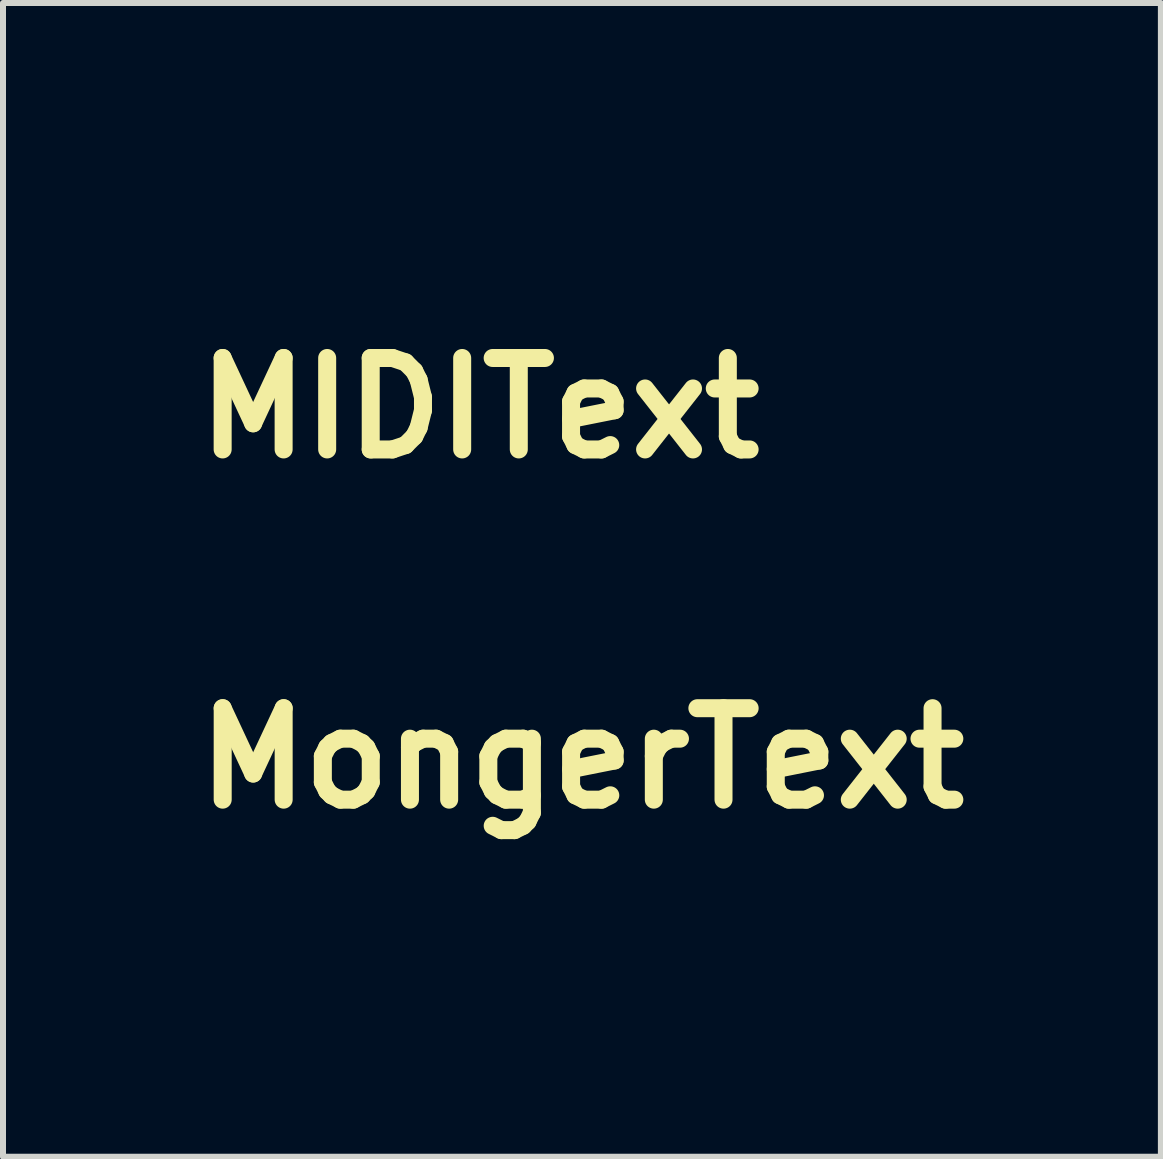
<source format=kicad_pcb>
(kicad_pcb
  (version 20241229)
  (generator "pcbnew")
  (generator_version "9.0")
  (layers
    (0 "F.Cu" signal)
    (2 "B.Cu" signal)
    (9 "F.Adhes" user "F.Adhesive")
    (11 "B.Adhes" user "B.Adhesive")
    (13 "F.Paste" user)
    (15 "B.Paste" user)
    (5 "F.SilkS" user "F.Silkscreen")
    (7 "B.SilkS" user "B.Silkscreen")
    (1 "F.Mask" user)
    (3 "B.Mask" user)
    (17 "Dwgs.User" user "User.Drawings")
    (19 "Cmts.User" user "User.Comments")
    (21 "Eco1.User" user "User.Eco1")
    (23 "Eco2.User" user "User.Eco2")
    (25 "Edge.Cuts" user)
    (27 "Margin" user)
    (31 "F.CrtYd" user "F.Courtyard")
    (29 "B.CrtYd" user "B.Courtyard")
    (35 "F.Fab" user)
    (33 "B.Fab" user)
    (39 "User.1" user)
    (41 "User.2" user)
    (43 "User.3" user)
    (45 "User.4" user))
  (footprint "MIDIText"
    (layer "F.Cu")
    (at 2.542 0.25)
    (property "Reference" "MIDIText" (at 2.4 3.5 0) (layer "F.SilkS") (effects (font (size 1.524 1.524) (thickness 0.3))))
    (attr through_hole)
    (fp_poly (pts (xy 2.259 0.037) (xy 2.414 0.042) (xy 2.501 0.054) (xy 2.538 0.078) (xy 2.542 0.118) (xy 2.535 0.151) (xy 2.524 0.235) (xy 2.512 0.404) (xy 2.499 0.639) (xy 2.486 0.923) (xy 2.473 1.24) (xy 2.471 1.294) (xy 2.435 2.322) (xy 1.597 2.322) (xy 1.563 1.319) (xy 1.551 1.001) (xy 1.538 0.71) (xy 1.525 0.464) (xy 1.513 0.281) (xy 1.503 0.18) (xy 1.503 0.176) (xy 1.476 0.036) (xy 2.019 0.036) (xy 2.259 0.037)) (stroke (width 0.01) (type solid)) (fill yes) (layer "F.Mask"))
    (fp_poly (pts (xy 5.561 0.037) (xy 5.716 0.042) (xy 5.803 0.054) (xy 5.84 0.078) (xy 5.843 0.118) (xy 5.837 0.151) (xy 5.826 0.235) (xy 5.814 0.404) (xy 5.801 0.639) (xy 5.788 0.923) (xy 5.775 1.24) (xy 5.773 1.294) (xy 5.737 2.322) (xy 4.899 2.322) (xy 4.865 1.319) (xy 4.853 1.001) (xy 4.84 0.71) (xy 4.827 0.464) (xy 4.815 0.281) (xy 4.805 0.18) (xy 4.805 0.176) (xy 4.778 0.036) (xy 5.321 0.036) (xy 5.561 0.037)) (stroke (width 0.01) (type solid)) (fill yes) (layer "F.Mask"))
    (fp_poly (pts (xy 1.347 0.036) (xy 1.314 0.684) (xy 1.301 0.992) (xy 1.29 1.322) (xy 1.283 1.63) (xy 1.281 1.827) (xy 1.281 2.322) (xy 0.727 2.322) (xy 0.697 1.648) (xy 0.447 2.011) (xy 0.334 2.173) (xy 0.247 2.298) (xy 0.198 2.366) (xy 0.192 2.373) (xy 0.161 2.336) (xy 0.083 2.235) (xy -0.028 2.089) (xy -0.092 2.005) (xy -0.37 1.637) (xy -0.385 1.98) (xy -0.4 2.322) (xy -0.897 2.322) (xy -0.924 2.107) (xy -0.934 1.983) (xy -0.947 1.78) (xy -0.96 1.521) (xy -0.973 1.228) (xy -0.98 1.037) (xy -0.992 0.749) (xy -1.005 0.493) (xy -1.018 0.289) (xy -1.031 0.154) (xy -1.038 0.11) (xy -1.036 0.074) (xy -0.985 0.051) (xy -0.867 0.04) (xy -0.667 0.036) (xy -0.633 0.036) (xy -0.2 0.036) (xy -0.072 0.316) (xy 0.011 0.487) (xy 0.09 0.635) (xy 0.132 0.704) (xy 0.171 0.752) (xy 0.206 0.758) (xy 0.25 0.709) (xy 0.315 0.593) (xy 0.4 0.424) (xy 0.592 0.036) (xy 0.97 0.036) (xy 1.347 0.036)) (stroke (width 0.01) (type solid)) (fill yes) (layer "F.Mask"))
    (fp_poly (pts (xy 3.732 0.06) (xy 4.061 0.184) (xy 4.324 0.368) (xy 4.496 0.584) (xy 4.572 0.78) (xy 4.615 1.032) (xy 4.622 1.299) (xy 4.589 1.538) (xy 4.586 1.548) (xy 4.471 1.802) (xy 4.282 2.031) (xy 4.047 2.202) (xy 3.991 2.23) (xy 3.815 2.283) (xy 3.575 2.324) (xy 3.308 2.349) (xy 3.053 2.354) (xy 2.876 2.34) (xy 2.719 2.317) (xy 2.695 1.671) (xy 3.572 1.671) (xy 3.573 1.808) (xy 3.585 1.879) (xy 3.614 1.902) (xy 3.662 1.895) (xy 3.679 1.889) (xy 3.81 1.825) (xy 3.89 1.764) (xy 3.955 1.657) (xy 4.002 1.501) (xy 4.009 1.451) (xy 3.998 1.238) (xy 3.914 1.084) (xy 3.765 1) (xy 3.719 0.992) (xy 3.66 0.988) (xy 3.622 1.006) (xy 3.6 1.065) (xy 3.588 1.183) (xy 3.58 1.38) (xy 3.578 1.45) (xy 3.572 1.671) (xy 2.695 1.671) (xy 2.685 1.405) (xy 2.672 1.093) (xy 2.657 0.801) (xy 2.643 0.55) (xy 2.629 0.361) (xy 2.62 0.271) (xy 2.59 0.05) (xy 2.928 0.013) (xy 3.351 0.002) (xy 3.732 0.06)) (stroke (width 0.01) (type solid)) (fill yes) (layer "F.Mask")))
  (footprint "MongerText"
    (layer "F.Cu")
    (at 6.848 11.786)
    (property "Reference" "MongerText" (at -0.2 -2.2 0) (layer "F.SilkS") (effects (font (size 1.524 1.524) (thickness 0.3))))
    (attr through_hole)
    (fp_poly (pts (xy 0.14 -0.965) (xy 0.408 -0.965) (xy 0.375 -0.241) (xy 0.36 0.065) (xy 0.343 0.376) (xy 0.327 0.659) (xy 0.312 0.879) (xy 0.311 0.896) (xy 0.279 1.31) (xy -0.218 0.934) (xy -0.413 0.79) (xy -0.58 0.671) (xy -0.703 0.59) (xy -0.763 0.559) (xy -0.764 0.559) (xy -0.787 0.605) (xy -0.805 0.729) (xy -0.813 0.905) (xy -0.813 0.94) (xy -0.813 1.321) (xy -1.259 1.321) (xy -1.289 0.927) (xy -1.304 0.716) (xy -1.32 0.441) (xy -1.336 0.139) (xy -1.349 -0.127) (xy -1.362 -0.383) (xy -1.377 -0.607) (xy -1.391 -0.777) (xy -1.403 -0.871) (xy -1.404 -0.876) (xy -1.406 -0.923) (xy -1.367 -0.949) (xy -1.267 -0.962) (xy -1.087 -0.965) (xy -1.064 -0.965) (xy -0.7 -0.965) (xy -0.395 -0.701) (xy -0.09 -0.438) (xy -0.127 -0.965) (xy 0.14 -0.965)) (stroke (width 0.01) (type solid)) (fill yes) (layer "F.Mask"))
    (fp_poly (pts (xy 2.304 -0.653) (xy 2.329 -0.399) (xy 2.339 -0.228) (xy 2.328 -0.125) (xy 2.291 -0.073) (xy 2.224 -0.053) (xy 2.131 -0.051) (xy 1.885 -0.014) (xy 1.686 0.087) (xy 1.545 0.237) (xy 1.474 0.419) (xy 1.487 0.617) (xy 1.528 0.719) (xy 1.606 0.799) (xy 1.737 0.883) (xy 1.875 0.947) (xy 1.961 0.965) (xy 1.973 0.919) (xy 1.972 0.8) (xy 1.96 0.66) (xy 1.925 0.356) (xy 2.539 0.356) (xy 2.507 0.826) (xy 2.491 1.033) (xy 2.475 1.199) (xy 2.461 1.299) (xy 2.456 1.317) (xy 2.394 1.333) (xy 2.258 1.345) (xy 2.075 1.351) (xy 1.874 1.353) (xy 1.681 1.349) (xy 1.525 1.339) (xy 1.444 1.327) (xy 1.121 1.197) (xy 0.864 0.996) (xy 0.683 0.733) (xy 0.585 0.416) (xy 0.575 0.345) (xy 0.58 -0.016) (xy 0.673 -0.33) (xy 0.848 -0.591) (xy 1.105 -0.793) (xy 1.165 -0.826) (xy 1.328 -0.9) (xy 1.479 -0.942) (xy 1.658 -0.961) (xy 1.856 -0.965) (xy 2.272 -0.965) (xy 2.304 -0.653)) (stroke (width 0.01) (type solid)) (fill yes) (layer "F.Mask"))
    (fp_poly (pts (xy -3.642 -0.965) (xy -3.675 -0.318) (xy -3.688 -0.009) (xy -3.699 0.321) (xy -3.706 0.629) (xy -3.708 0.826) (xy -3.708 1.321) (xy -4.263 1.321) (xy -4.293 0.647) (xy -4.542 1.009) (xy -4.655 1.172) (xy -4.742 1.296) (xy -4.792 1.365) (xy -4.798 1.372) (xy -4.828 1.334) (xy -4.906 1.233) (xy -5.018 1.087) (xy -5.081 1.003) (xy -5.359 0.635) (xy -5.374 0.978) (xy -5.389 1.321) (xy -5.887 1.321) (xy -5.913 1.105) (xy -5.924 0.981) (xy -5.936 0.778) (xy -5.949 0.519) (xy -5.962 0.226) (xy -5.969 0.036) (xy -5.981 -0.252) (xy -5.994 -0.508) (xy -6.007 -0.713) (xy -6.02 -0.848) (xy -6.028 -0.891) (xy -6.026 -0.928) (xy -5.974 -0.95) (xy -5.856 -0.962) (xy -5.656 -0.965) (xy -5.623 -0.965) (xy -5.189 -0.965) (xy -5.061 -0.686) (xy -4.978 -0.514) (xy -4.9 -0.367) (xy -4.857 -0.298) (xy -4.818 -0.25) (xy -4.783 -0.244) (xy -4.739 -0.293) (xy -4.674 -0.408) (xy -4.589 -0.577) (xy -4.397 -0.965) (xy -4.02 -0.965) (xy -3.642 -0.965)) (stroke (width 0.01) (type solid)) (fill yes) (layer "F.Mask"))
    (fp_poly (pts (xy -2.115 -0.973) (xy -1.867 -0.818) (xy -1.674 -0.588) (xy -1.619 -0.485) (xy -1.553 -0.257) (xy -1.524 0.027) (xy -1.531 0.325) (xy -1.576 0.601) (xy -1.63 0.762) (xy -1.791 1.043) (xy -1.984 1.233) (xy -2.221 1.34) (xy -2.499 1.371) (xy -2.768 1.34) (xy -2.946 1.263) (xy -3.084 1.17) (xy -3.188 1.068) (xy -3.285 0.927) (xy -3.365 0.787) (xy -3.422 0.662) (xy -3.457 0.524) (xy -3.474 0.342) (xy -3.474 0.324) (xy -2.761 0.324) (xy -2.752 0.503) (xy -2.704 0.67) (xy -2.624 0.799) (xy -2.515 0.861) (xy -2.489 0.864) (xy -2.392 0.824) (xy -2.304 0.733) (xy -2.235 0.563) (xy -2.216 0.368) (xy -2.245 0.186) (xy -2.322 0.053) (xy -2.334 0.043) (xy -2.43 -0.025) (xy -2.489 -0.051) (xy -2.554 -0.022) (xy -2.644 0.043) (xy -2.727 0.162) (xy -2.761 0.324) (xy -3.474 0.324) (xy -3.478 0.127) (xy -3.476 -0.103) (xy -3.462 -0.265) (xy -3.43 -0.388) (xy -3.375 -0.507) (xy -3.342 -0.564) (xy -3.192 -0.774) (xy -3.019 -0.912) (xy -2.787 -1.002) (xy -2.706 -1.022) (xy -2.4 -1.044) (xy -2.115 -0.973)) (stroke (width 0.01) (type solid)) (fill yes) (layer "F.Mask"))
    (fp_poly (pts (xy 4.127 -0.597) (xy 4.115 -0.349) (xy 4.099 -0.186) (xy 4.07 -0.091) (xy 4.018 -0.046) (xy 3.934 -0.036) (xy 3.812 -0.043) (xy 3.661 -0.05) (xy 3.585 -0.037) (xy 3.559 0.009) (xy 3.556 0.071) (xy 3.563 0.149) (xy 3.603 0.188) (xy 3.699 0.202) (xy 3.816 0.203) (xy 4.077 0.203) (xy 4.045 0.362) (xy 4.023 0.487) (xy 4.013 0.565) (xy 4.013 0.565) (xy 3.968 0.592) (xy 3.853 0.608) (xy 3.785 0.61) (xy 3.644 0.614) (xy 3.578 0.639) (xy 3.557 0.705) (xy 3.556 0.767) (xy 3.556 0.924) (xy 3.835 0.906) (xy 4.115 0.889) (xy 4.083 1.067) (xy 4.056 1.196) (xy 4.031 1.278) (xy 4.029 1.283) (xy 3.973 1.297) (xy 3.835 1.309) (xy 3.635 1.317) (xy 3.393 1.321) (xy 3.357 1.321) (xy 2.706 1.321) (xy 2.669 0.246) (xy 2.657 -0.078) (xy 2.644 -0.369) (xy 2.631 -0.611) (xy 2.619 -0.789) (xy 2.609 -0.886) (xy 2.606 -0.897) (xy 2.614 -0.924) (xy 2.669 -0.943) (xy 2.784 -0.955) (xy 2.972 -0.962) (xy 3.244 -0.965) (xy 3.362 -0.965) (xy 4.144 -0.965) (xy 4.127 -0.597)) (stroke (width 0.01) (type solid)) (fill yes) (layer "F.Mask"))
    (fp_poly (pts (xy 5.241 -0.982) (xy 5.441 -0.972) (xy 5.59 -0.95) (xy 5.713 -0.914) (xy 5.791 -0.881) (xy 6.024 -0.751) (xy 6.174 -0.602) (xy 6.257 -0.411) (xy 6.29 -0.175) (xy 6.297 0.018) (xy 6.281 0.152) (xy 6.233 0.267) (xy 6.177 0.357) (xy 6.092 0.476) (xy 6.026 0.549) (xy 6.006 0.56) (xy 5.935 0.585) (xy 5.897 0.606) (xy 5.87 0.646) (xy 5.895 0.716) (xy 5.978 0.832) (xy 6.043 0.912) (xy 6.15 1.045) (xy 6.222 1.145) (xy 6.242 1.19) (xy 6.242 1.19) (xy 6.19 1.22) (xy 6.074 1.281) (xy 5.961 1.338) (xy 5.806 1.411) (xy 5.712 1.435) (xy 5.656 1.416) (xy 5.643 1.402) (xy 5.589 1.322) (xy 5.507 1.186) (xy 5.436 1.06) (xy 5.285 0.787) (xy 5.283 1.321) (xy 4.436 1.321) (xy 4.392 0.306) (xy 5.283 0.306) (xy 5.295 0.424) (xy 5.314 0.471) (xy 5.386 0.48) (xy 5.497 0.442) (xy 5.575 0.392) (xy 5.635 0.291) (xy 5.623 0.163) (xy 5.546 0.047) (xy 5.514 0.022) (xy 5.408 -0.027) (xy 5.336 -0.027) (xy 5.306 0.039) (xy 5.288 0.164) (xy 5.283 0.306) (xy 4.392 0.306) (xy 4.387 0.191) (xy 4.373 -0.137) (xy 4.363 -0.43) (xy 4.355 -0.672) (xy 4.351 -0.849) (xy 4.351 -0.947) (xy 4.353 -0.961) (xy 4.407 -0.969) (xy 4.541 -0.976) (xy 4.737 -0.981) (xy 4.965 -0.984) (xy 5.241 -0.982)) (stroke (width 0.01) (type solid)) (fill yes) (layer "F.Mask")))
  (gr_rect
    (start -3 -3)
    (end 16.295 16.226)
    (stroke (width 0.1) (type default))
    (fill no)
    (layer "Edge.Cuts")))
</source>
